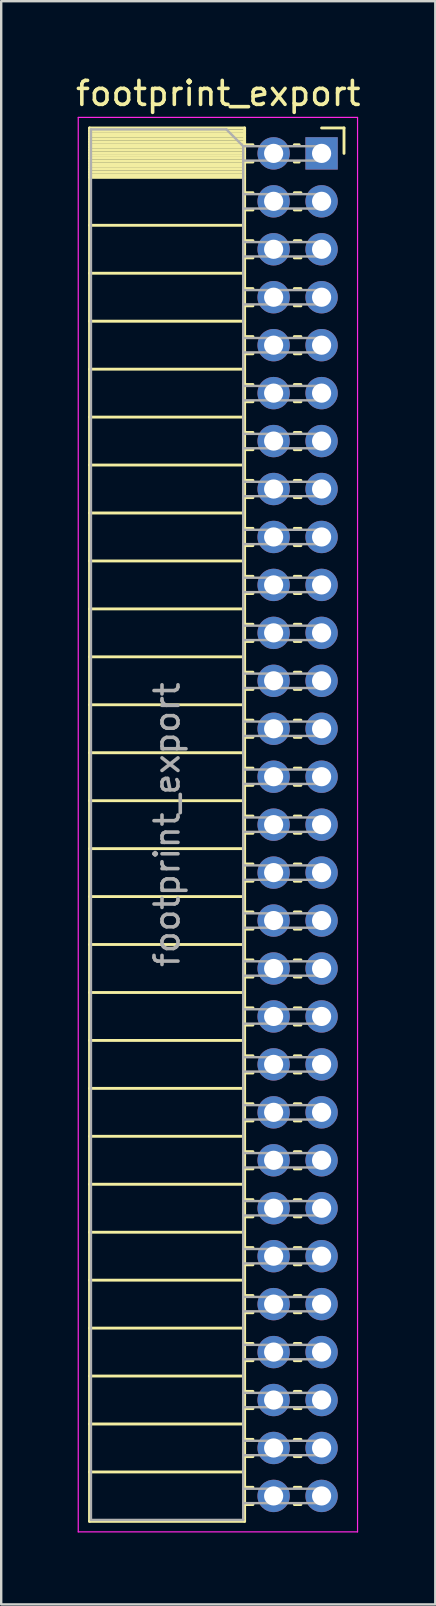
<source format=kicad_pcb>
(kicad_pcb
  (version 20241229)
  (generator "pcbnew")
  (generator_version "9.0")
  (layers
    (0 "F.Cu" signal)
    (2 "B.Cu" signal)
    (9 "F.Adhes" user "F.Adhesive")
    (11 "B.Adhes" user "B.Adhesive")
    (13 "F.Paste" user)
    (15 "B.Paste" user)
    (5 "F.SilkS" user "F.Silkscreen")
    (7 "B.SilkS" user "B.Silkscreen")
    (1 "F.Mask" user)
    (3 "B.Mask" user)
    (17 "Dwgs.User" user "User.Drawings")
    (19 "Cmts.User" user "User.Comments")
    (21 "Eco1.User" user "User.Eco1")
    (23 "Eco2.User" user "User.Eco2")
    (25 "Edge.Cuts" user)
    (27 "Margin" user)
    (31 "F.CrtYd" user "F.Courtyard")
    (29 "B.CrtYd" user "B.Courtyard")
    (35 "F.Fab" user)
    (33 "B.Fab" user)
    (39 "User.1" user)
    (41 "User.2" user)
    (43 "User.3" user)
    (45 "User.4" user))
  (footprint "footprint_export"
    (layer "F.Cu")
    (at 10.364 3.348)
    (property "Reference" "footprint_export" (at -4.31 -2.5 0) (layer "F.SilkS") (effects (font (size 1 1) (thickness 0.15))))
    (attr through_hole)
    (fp_line (start -9.68 -1.06) (end -9.68 57.06) (stroke (width 0.12) (type solid)) (layer "F.SilkS"))
    (fp_line (start -9.68 -1.06) (end -3.21 -1.06) (stroke (width 0.12) (type solid)) (layer "F.SilkS"))
    (fp_line (start -9.68 -0.94) (end -3.21 -0.94) (stroke (width 0.12) (type solid)) (layer "F.SilkS"))
    (fp_line (start -9.68 -0.826) (end -3.21 -0.826) (stroke (width 0.12) (type solid)) (layer "F.SilkS"))
    (fp_line (start -9.68 -0.712) (end -3.21 -0.712) (stroke (width 0.12) (type solid)) (layer "F.SilkS"))
    (fp_line (start -9.68 -0.598) (end -3.21 -0.598) (stroke (width 0.12) (type solid)) (layer "F.SilkS"))
    (fp_line (start -9.68 -0.484) (end -3.21 -0.484) (stroke (width 0.12) (type solid)) (layer "F.SilkS"))
    (fp_line (start -9.68 -0.369) (end -3.21 -0.369) (stroke (width 0.12) (type solid)) (layer "F.SilkS"))
    (fp_line (start -9.68 -0.255) (end -3.21 -0.255) (stroke (width 0.12) (type solid)) (layer "F.SilkS"))
    (fp_line (start -9.68 -0.141) (end -3.21 -0.141) (stroke (width 0.12) (type solid)) (layer "F.SilkS"))
    (fp_line (start -9.68 -0.027) (end -3.21 -0.027) (stroke (width 0.12) (type solid)) (layer "F.SilkS"))
    (fp_line (start -9.68 0.087) (end -3.21 0.087) (stroke (width 0.12) (type solid)) (layer "F.SilkS"))
    (fp_line (start -9.68 0.201) (end -3.21 0.201) (stroke (width 0.12) (type solid)) (layer "F.SilkS"))
    (fp_line (start -9.68 0.315) (end -3.21 0.315) (stroke (width 0.12) (type solid)) (layer "F.SilkS"))
    (fp_line (start -9.68 0.429) (end -3.21 0.429) (stroke (width 0.12) (type solid)) (layer "F.SilkS"))
    (fp_line (start -9.68 0.544) (end -3.21 0.544) (stroke (width 0.12) (type solid)) (layer "F.SilkS"))
    (fp_line (start -9.68 0.658) (end -3.21 0.658) (stroke (width 0.12) (type solid)) (layer "F.SilkS"))
    (fp_line (start -9.68 0.772) (end -3.21 0.772) (stroke (width 0.12) (type solid)) (layer "F.SilkS"))
    (fp_line (start -9.68 0.886) (end -3.21 0.886) (stroke (width 0.12) (type solid)) (layer "F.SilkS"))
    (fp_line (start -9.68 1) (end -3.21 1) (stroke (width 0.12) (type solid)) (layer "F.SilkS"))
    (fp_line (start -9.68 3) (end -3.21 3) (stroke (width 0.12) (type solid)) (layer "F.SilkS"))
    (fp_line (start -9.68 5) (end -3.21 5) (stroke (width 0.12) (type solid)) (layer "F.SilkS"))
    (fp_line (start -9.68 7) (end -3.21 7) (stroke (width 0.12) (type solid)) (layer "F.SilkS"))
    (fp_line (start -9.68 9) (end -3.21 9) (stroke (width 0.12) (type solid)) (layer "F.SilkS"))
    (fp_line (start -9.68 11) (end -3.21 11) (stroke (width 0.12) (type solid)) (layer "F.SilkS"))
    (fp_line (start -9.68 13) (end -3.21 13) (stroke (width 0.12) (type solid)) (layer "F.SilkS"))
    (fp_line (start -9.68 15) (end -3.21 15) (stroke (width 0.12) (type solid)) (layer "F.SilkS"))
    (fp_line (start -9.68 17) (end -3.21 17) (stroke (width 0.12) (type solid)) (layer "F.SilkS"))
    (fp_line (start -9.68 19) (end -3.21 19) (stroke (width 0.12) (type solid)) (layer "F.SilkS"))
    (fp_line (start -9.68 21) (end -3.21 21) (stroke (width 0.12) (type solid)) (layer "F.SilkS"))
    (fp_line (start -9.68 23) (end -3.21 23) (stroke (width 0.12) (type solid)) (layer "F.SilkS"))
    (fp_line (start -9.68 25) (end -3.21 25) (stroke (width 0.12) (type solid)) (layer "F.SilkS"))
    (fp_line (start -9.68 27) (end -3.21 27) (stroke (width 0.12) (type solid)) (layer "F.SilkS"))
    (fp_line (start -9.68 29) (end -3.21 29) (stroke (width 0.12) (type solid)) (layer "F.SilkS"))
    (fp_line (start -9.68 31) (end -3.21 31) (stroke (width 0.12) (type solid)) (layer "F.SilkS"))
    (fp_line (start -9.68 33) (end -3.21 33) (stroke (width 0.12) (type solid)) (layer "F.SilkS"))
    (fp_line (start -9.68 35) (end -3.21 35) (stroke (width 0.12) (type solid)) (layer "F.SilkS"))
    (fp_line (start -9.68 37) (end -3.21 37) (stroke (width 0.12) (type solid)) (layer "F.SilkS"))
    (fp_line (start -9.68 39) (end -3.21 39) (stroke (width 0.12) (type solid)) (layer "F.SilkS"))
    (fp_line (start -9.68 41) (end -3.21 41) (stroke (width 0.12) (type solid)) (layer "F.SilkS"))
    (fp_line (start -9.68 43) (end -3.21 43) (stroke (width 0.12) (type solid)) (layer "F.SilkS"))
    (fp_line (start -9.68 45) (end -3.21 45) (stroke (width 0.12) (type solid)) (layer "F.SilkS"))
    (fp_line (start -9.68 47) (end -3.21 47) (stroke (width 0.12) (type solid)) (layer "F.SilkS"))
    (fp_line (start -9.68 49) (end -3.21 49) (stroke (width 0.12) (type solid)) (layer "F.SilkS"))
    (fp_line (start -9.68 51) (end -3.21 51) (stroke (width 0.12) (type solid)) (layer "F.SilkS"))
    (fp_line (start -9.68 53) (end -3.21 53) (stroke (width 0.12) (type solid)) (layer "F.SilkS"))
    (fp_line (start -9.68 55) (end -3.21 55) (stroke (width 0.12) (type solid)) (layer "F.SilkS"))
    (fp_line (start -9.68 57.06) (end -3.21 57.06) (stroke (width 0.12) (type solid)) (layer "F.SilkS"))
    (fp_line (start -3.21 -1.06) (end -3.21 57.06) (stroke (width 0.12) (type solid)) (layer "F.SilkS"))
    (fp_line (start -3.21 -0.36) (end -2.863 -0.36) (stroke (width 0.12) (type solid)) (layer "F.SilkS"))
    (fp_line (start -3.21 0.36) (end -2.863 0.36) (stroke (width 0.12) (type solid)) (layer "F.SilkS"))
    (fp_line (start -3.21 1.64) (end -2.863 1.64) (stroke (width 0.12) (type solid)) (layer "F.SilkS"))
    (fp_line (start -3.21 2.36) (end -2.863 2.36) (stroke (width 0.12) (type solid)) (layer "F.SilkS"))
    (fp_line (start -3.21 3.64) (end -2.863 3.64) (stroke (width 0.12) (type solid)) (layer "F.SilkS"))
    (fp_line (start -3.21 4.36) (end -2.863 4.36) (stroke (width 0.12) (type solid)) (layer "F.SilkS"))
    (fp_line (start -3.21 5.64) (end -2.863 5.64) (stroke (width 0.12) (type solid)) (layer "F.SilkS"))
    (fp_line (start -3.21 6.36) (end -2.863 6.36) (stroke (width 0.12) (type solid)) (layer "F.SilkS"))
    (fp_line (start -3.21 7.64) (end -2.863 7.64) (stroke (width 0.12) (type solid)) (layer "F.SilkS"))
    (fp_line (start -3.21 8.36) (end -2.863 8.36) (stroke (width 0.12) (type solid)) (layer "F.SilkS"))
    (fp_line (start -3.21 9.64) (end -2.863 9.64) (stroke (width 0.12) (type solid)) (layer "F.SilkS"))
    (fp_line (start -3.21 10.36) (end -2.863 10.36) (stroke (width 0.12) (type solid)) (layer "F.SilkS"))
    (fp_line (start -3.21 11.64) (end -2.863 11.64) (stroke (width 0.12) (type solid)) (layer "F.SilkS"))
    (fp_line (start -3.21 12.36) (end -2.863 12.36) (stroke (width 0.12) (type solid)) (layer "F.SilkS"))
    (fp_line (start -3.21 13.64) (end -2.863 13.64) (stroke (width 0.12) (type solid)) (layer "F.SilkS"))
    (fp_line (start -3.21 14.36) (end -2.863 14.36) (stroke (width 0.12) (type solid)) (layer "F.SilkS"))
    (fp_line (start -3.21 15.64) (end -2.863 15.64) (stroke (width 0.12) (type solid)) (layer "F.SilkS"))
    (fp_line (start -3.21 16.36) (end -2.863 16.36) (stroke (width 0.12) (type solid)) (layer "F.SilkS"))
    (fp_line (start -3.21 17.64) (end -2.863 17.64) (stroke (width 0.12) (type solid)) (layer "F.SilkS"))
    (fp_line (start -3.21 18.36) (end -2.863 18.36) (stroke (width 0.12) (type solid)) (layer "F.SilkS"))
    (fp_line (start -3.21 19.64) (end -2.863 19.64) (stroke (width 0.12) (type solid)) (layer "F.SilkS"))
    (fp_line (start -3.21 20.36) (end -2.863 20.36) (stroke (width 0.12) (type solid)) (layer "F.SilkS"))
    (fp_line (start -3.21 21.64) (end -2.863 21.64) (stroke (width 0.12) (type solid)) (layer "F.SilkS"))
    (fp_line (start -3.21 22.36) (end -2.863 22.36) (stroke (width 0.12) (type solid)) (layer "F.SilkS"))
    (fp_line (start -3.21 23.64) (end -2.863 23.64) (stroke (width 0.12) (type solid)) (layer "F.SilkS"))
    (fp_line (start -3.21 24.36) (end -2.863 24.36) (stroke (width 0.12) (type solid)) (layer "F.SilkS"))
    (fp_line (start -3.21 25.64) (end -2.863 25.64) (stroke (width 0.12) (type solid)) (layer "F.SilkS"))
    (fp_line (start -3.21 26.36) (end -2.863 26.36) (stroke (width 0.12) (type solid)) (layer "F.SilkS"))
    (fp_line (start -3.21 27.64) (end -2.863 27.64) (stroke (width 0.12) (type solid)) (layer "F.SilkS"))
    (fp_line (start -3.21 28.36) (end -2.863 28.36) (stroke (width 0.12) (type solid)) (layer "F.SilkS"))
    (fp_line (start -3.21 29.64) (end -2.863 29.64) (stroke (width 0.12) (type solid)) (layer "F.SilkS"))
    (fp_line (start -3.21 30.36) (end -2.863 30.36) (stroke (width 0.12) (type solid)) (layer "F.SilkS"))
    (fp_line (start -3.21 31.64) (end -2.863 31.64) (stroke (width 0.12) (type solid)) (layer "F.SilkS"))
    (fp_line (start -3.21 32.36) (end -2.863 32.36) (stroke (width 0.12) (type solid)) (layer "F.SilkS"))
    (fp_line (start -3.21 33.64) (end -2.863 33.64) (stroke (width 0.12) (type solid)) (layer "F.SilkS"))
    (fp_line (start -3.21 34.36) (end -2.863 34.36) (stroke (width 0.12) (type solid)) (layer "F.SilkS"))
    (fp_line (start -3.21 35.64) (end -2.863 35.64) (stroke (width 0.12) (type solid)) (layer "F.SilkS"))
    (fp_line (start -3.21 36.36) (end -2.863 36.36) (stroke (width 0.12) (type solid)) (layer "F.SilkS"))
    (fp_line (start -3.21 37.64) (end -2.863 37.64) (stroke (width 0.12) (type solid)) (layer "F.SilkS"))
    (fp_line (start -3.21 38.36) (end -2.863 38.36) (stroke (width 0.12) (type solid)) (layer "F.SilkS"))
    (fp_line (start -3.21 39.64) (end -2.863 39.64) (stroke (width 0.12) (type solid)) (layer "F.SilkS"))
    (fp_line (start -3.21 40.36) (end -2.863 40.36) (stroke (width 0.12) (type solid)) (layer "F.SilkS"))
    (fp_line (start -3.21 41.64) (end -2.863 41.64) (stroke (width 0.12) (type solid)) (layer "F.SilkS"))
    (fp_line (start -3.21 42.36) (end -2.863 42.36) (stroke (width 0.12) (type solid)) (layer "F.SilkS"))
    (fp_line (start -3.21 43.64) (end -2.863 43.64) (stroke (width 0.12) (type solid)) (layer "F.SilkS"))
    (fp_line (start -3.21 44.36) (end -2.863 44.36) (stroke (width 0.12) (type solid)) (layer "F.SilkS"))
    (fp_line (start -3.21 45.64) (end -2.863 45.64) (stroke (width 0.12) (type solid)) (layer "F.SilkS"))
    (fp_line (start -3.21 46.36) (end -2.863 46.36) (stroke (width 0.12) (type solid)) (layer "F.SilkS"))
    (fp_line (start -3.21 47.64) (end -2.863 47.64) (stroke (width 0.12) (type solid)) (layer "F.SilkS"))
    (fp_line (start -3.21 48.36) (end -2.863 48.36) (stroke (width 0.12) (type solid)) (layer "F.SilkS"))
    (fp_line (start -3.21 49.64) (end -2.863 49.64) (stroke (width 0.12) (type solid)) (layer "F.SilkS"))
    (fp_line (start -3.21 50.36) (end -2.863 50.36) (stroke (width 0.12) (type solid)) (layer "F.SilkS"))
    (fp_line (start -3.21 51.64) (end -2.863 51.64) (stroke (width 0.12) (type solid)) (layer "F.SilkS"))
    (fp_line (start -3.21 52.36) (end -2.863 52.36) (stroke (width 0.12) (type solid)) (layer "F.SilkS"))
    (fp_line (start -3.21 53.64) (end -2.863 53.64) (stroke (width 0.12) (type solid)) (layer "F.SilkS"))
    (fp_line (start -3.21 54.36) (end -2.863 54.36) (stroke (width 0.12) (type solid)) (layer "F.SilkS"))
    (fp_line (start -3.21 55.64) (end -2.863 55.64) (stroke (width 0.12) (type solid)) (layer "F.SilkS"))
    (fp_line (start -3.21 56.36) (end -2.863 56.36) (stroke (width 0.12) (type solid)) (layer "F.SilkS"))
    (fp_line (start -1.137 -0.36) (end -0.935 -0.36) (stroke (width 0.12) (type solid)) (layer "F.SilkS"))
    (fp_line (start -1.137 0.36) (end -0.935 0.36) (stroke (width 0.12) (type solid)) (layer "F.SilkS"))
    (fp_line (start -1.137 1.64) (end -0.863 1.64) (stroke (width 0.12) (type solid)) (layer "F.SilkS"))
    (fp_line (start -1.137 2.36) (end -0.863 2.36) (stroke (width 0.12) (type solid)) (layer "F.SilkS"))
    (fp_line (start -1.137 3.64) (end -0.863 3.64) (stroke (width 0.12) (type solid)) (layer "F.SilkS"))
    (fp_line (start -1.137 4.36) (end -0.863 4.36) (stroke (width 0.12) (type solid)) (layer "F.SilkS"))
    (fp_line (start -1.137 5.64) (end -0.863 5.64) (stroke (width 0.12) (type solid)) (layer "F.SilkS"))
    (fp_line (start -1.137 6.36) (end -0.863 6.36) (stroke (width 0.12) (type solid)) (layer "F.SilkS"))
    (fp_line (start -1.137 7.64) (end -0.863 7.64) (stroke (width 0.12) (type solid)) (layer "F.SilkS"))
    (fp_line (start -1.137 8.36) (end -0.863 8.36) (stroke (width 0.12) (type solid)) (layer "F.SilkS"))
    (fp_line (start -1.137 9.64) (end -0.863 9.64) (stroke (width 0.12) (type solid)) (layer "F.SilkS"))
    (fp_line (start -1.137 10.36) (end -0.863 10.36) (stroke (width 0.12) (type solid)) (layer "F.SilkS"))
    (fp_line (start -1.137 11.64) (end -0.863 11.64) (stroke (width 0.12) (type solid)) (layer "F.SilkS"))
    (fp_line (start -1.137 12.36) (end -0.863 12.36) (stroke (width 0.12) (type solid)) (layer "F.SilkS"))
    (fp_line (start -1.137 13.64) (end -0.863 13.64) (stroke (width 0.12) (type solid)) (layer "F.SilkS"))
    (fp_line (start -1.137 14.36) (end -0.863 14.36) (stroke (width 0.12) (type solid)) (layer "F.SilkS"))
    (fp_line (start -1.137 15.64) (end -0.863 15.64) (stroke (width 0.12) (type solid)) (layer "F.SilkS"))
    (fp_line (start -1.137 16.36) (end -0.863 16.36) (stroke (width 0.12) (type solid)) (layer "F.SilkS"))
    (fp_line (start -1.137 17.64) (end -0.863 17.64) (stroke (width 0.12) (type solid)) (layer "F.SilkS"))
    (fp_line (start -1.137 18.36) (end -0.863 18.36) (stroke (width 0.12) (type solid)) (layer "F.SilkS"))
    (fp_line (start -1.137 19.64) (end -0.863 19.64) (stroke (width 0.12) (type solid)) (layer "F.SilkS"))
    (fp_line (start -1.137 20.36) (end -0.863 20.36) (stroke (width 0.12) (type solid)) (layer "F.SilkS"))
    (fp_line (start -1.137 21.64) (end -0.863 21.64) (stroke (width 0.12) (type solid)) (layer "F.SilkS"))
    (fp_line (start -1.137 22.36) (end -0.863 22.36) (stroke (width 0.12) (type solid)) (layer "F.SilkS"))
    (fp_line (start -1.137 23.64) (end -0.863 23.64) (stroke (width 0.12) (type solid)) (layer "F.SilkS"))
    (fp_line (start -1.137 24.36) (end -0.863 24.36) (stroke (width 0.12) (type solid)) (layer "F.SilkS"))
    (fp_line (start -1.137 25.64) (end -0.863 25.64) (stroke (width 0.12) (type solid)) (layer "F.SilkS"))
    (fp_line (start -1.137 26.36) (end -0.863 26.36) (stroke (width 0.12) (type solid)) (layer "F.SilkS"))
    (fp_line (start -1.137 27.64) (end -0.863 27.64) (stroke (width 0.12) (type solid)) (layer "F.SilkS"))
    (fp_line (start -1.137 28.36) (end -0.863 28.36) (stroke (width 0.12) (type solid)) (layer "F.SilkS"))
    (fp_line (start -1.137 29.64) (end -0.863 29.64) (stroke (width 0.12) (type solid)) (layer "F.SilkS"))
    (fp_line (start -1.137 30.36) (end -0.863 30.36) (stroke (width 0.12) (type solid)) (layer "F.SilkS"))
    (fp_line (start -1.137 31.64) (end -0.863 31.64) (stroke (width 0.12) (type solid)) (layer "F.SilkS"))
    (fp_line (start -1.137 32.36) (end -0.863 32.36) (stroke (width 0.12) (type solid)) (layer "F.SilkS"))
    (fp_line (start -1.137 33.64) (end -0.863 33.64) (stroke (width 0.12) (type solid)) (layer "F.SilkS"))
    (fp_line (start -1.137 34.36) (end -0.863 34.36) (stroke (width 0.12) (type solid)) (layer "F.SilkS"))
    (fp_line (start -1.137 35.64) (end -0.863 35.64) (stroke (width 0.12) (type solid)) (layer "F.SilkS"))
    (fp_line (start -1.137 36.36) (end -0.863 36.36) (stroke (width 0.12) (type solid)) (layer "F.SilkS"))
    (fp_line (start -1.137 37.64) (end -0.863 37.64) (stroke (width 0.12) (type solid)) (layer "F.SilkS"))
    (fp_line (start -1.137 38.36) (end -0.863 38.36) (stroke (width 0.12) (type solid)) (layer "F.SilkS"))
    (fp_line (start -1.137 39.64) (end -0.863 39.64) (stroke (width 0.12) (type solid)) (layer "F.SilkS"))
    (fp_line (start -1.137 40.36) (end -0.863 40.36) (stroke (width 0.12) (type solid)) (layer "F.SilkS"))
    (fp_line (start -1.137 41.64) (end -0.863 41.64) (stroke (width 0.12) (type solid)) (layer "F.SilkS"))
    (fp_line (start -1.137 42.36) (end -0.863 42.36) (stroke (width 0.12) (type solid)) (layer "F.SilkS"))
    (fp_line (start -1.137 43.64) (end -0.863 43.64) (stroke (width 0.12) (type solid)) (layer "F.SilkS"))
    (fp_line (start -1.137 44.36) (end -0.863 44.36) (stroke (width 0.12) (type solid)) (layer "F.SilkS"))
    (fp_line (start -1.137 45.64) (end -0.863 45.64) (stroke (width 0.12) (type solid)) (layer "F.SilkS"))
    (fp_line (start -1.137 46.36) (end -0.863 46.36) (stroke (width 0.12) (type solid)) (layer "F.SilkS"))
    (fp_line (start -1.137 47.64) (end -0.863 47.64) (stroke (width 0.12) (type solid)) (layer "F.SilkS"))
    (fp_line (start -1.137 48.36) (end -0.863 48.36) (stroke (width 0.12) (type solid)) (layer "F.SilkS"))
    (fp_line (start -1.137 49.64) (end -0.863 49.64) (stroke (width 0.12) (type solid)) (layer "F.SilkS"))
    (fp_line (start -1.137 50.36) (end -0.863 50.36) (stroke (width 0.12) (type solid)) (layer "F.SilkS"))
    (fp_line (start -1.137 51.64) (end -0.863 51.64) (stroke (width 0.12) (type solid)) (layer "F.SilkS"))
    (fp_line (start -1.137 52.36) (end -0.863 52.36) (stroke (width 0.12) (type solid)) (layer "F.SilkS"))
    (fp_line (start -1.137 53.64) (end -0.863 53.64) (stroke (width 0.12) (type solid)) (layer "F.SilkS"))
    (fp_line (start -1.137 54.36) (end -0.863 54.36) (stroke (width 0.12) (type solid)) (layer "F.SilkS"))
    (fp_line (start -1.137 55.64) (end -0.863 55.64) (stroke (width 0.12) (type solid)) (layer "F.SilkS"))
    (fp_line (start -1.137 56.36) (end -0.863 56.36) (stroke (width 0.12) (type solid)) (layer "F.SilkS"))
    (fp_line (start 0 -1.06) (end 0.935 -1.06) (stroke (width 0.12) (type solid)) (layer "F.SilkS"))
    (fp_line (start 0.935 -1.06) (end 0.935 0) (stroke (width 0.12) (type solid)) (layer "F.SilkS"))
    (fp_line (start -10.15 -1.5) (end -10.15 57.5) (stroke (width 0.05) (type solid)) (layer "F.CrtYd"))
    (fp_line (start -10.15 57.5) (end 1.5 57.5) (stroke (width 0.05) (type solid)) (layer "F.CrtYd"))
    (fp_line (start 1.5 -1.5) (end -10.15 -1.5) (stroke (width 0.05) (type solid)) (layer "F.CrtYd"))
    (fp_line (start 1.5 57.5) (end 1.5 -1.5) (stroke (width 0.05) (type solid)) (layer "F.CrtYd"))
    (fp_line (start -9.62 -1) (end -3.97 -1) (stroke (width 0.1) (type solid)) (layer "F.Fab"))
    (fp_line (start -9.62 57) (end -9.62 -1) (stroke (width 0.1) (type solid)) (layer "F.Fab"))
    (fp_line (start -3.97 -1) (end -3.27 -0.3) (stroke (width 0.1) (type solid)) (layer "F.Fab"))
    (fp_line (start -3.27 -0.3) (end -3.27 57) (stroke (width 0.1) (type solid)) (layer "F.Fab"))
    (fp_line (start -3.27 0.3) (end 0 0.3) (stroke (width 0.1) (type solid)) (layer "F.Fab"))
    (fp_line (start -3.27 2.3) (end 0 2.3) (stroke (width 0.1) (type solid)) (layer "F.Fab"))
    (fp_line (start -3.27 4.3) (end 0 4.3) (stroke (width 0.1) (type solid)) (layer "F.Fab"))
    (fp_line (start -3.27 6.3) (end 0 6.3) (stroke (width 0.1) (type solid)) (layer "F.Fab"))
    (fp_line (start -3.27 8.3) (end 0 8.3) (stroke (width 0.1) (type solid)) (layer "F.Fab"))
    (fp_line (start -3.27 10.3) (end 0 10.3) (stroke (width 0.1) (type solid)) (layer "F.Fab"))
    (fp_line (start -3.27 12.3) (end 0 12.3) (stroke (width 0.1) (type solid)) (layer "F.Fab"))
    (fp_line (start -3.27 14.3) (end 0 14.3) (stroke (width 0.1) (type solid)) (layer "F.Fab"))
    (fp_line (start -3.27 16.3) (end 0 16.3) (stroke (width 0.1) (type solid)) (layer "F.Fab"))
    (fp_line (start -3.27 18.3) (end 0 18.3) (stroke (width 0.1) (type solid)) (layer "F.Fab"))
    (fp_line (start -3.27 20.3) (end 0 20.3) (stroke (width 0.1) (type solid)) (layer "F.Fab"))
    (fp_line (start -3.27 22.3) (end 0 22.3) (stroke (width 0.1) (type solid)) (layer "F.Fab"))
    (fp_line (start -3.27 24.3) (end 0 24.3) (stroke (width 0.1) (type solid)) (layer "F.Fab"))
    (fp_line (start -3.27 26.3) (end 0 26.3) (stroke (width 0.1) (type solid)) (layer "F.Fab"))
    (fp_line (start -3.27 28.3) (end 0 28.3) (stroke (width 0.1) (type solid)) (layer "F.Fab"))
    (fp_line (start -3.27 30.3) (end 0 30.3) (stroke (width 0.1) (type solid)) (layer "F.Fab"))
    (fp_line (start -3.27 32.3) (end 0 32.3) (stroke (width 0.1) (type solid)) (layer "F.Fab"))
    (fp_line (start -3.27 34.3) (end 0 34.3) (stroke (width 0.1) (type solid)) (layer "F.Fab"))
    (fp_line (start -3.27 36.3) (end 0 36.3) (stroke (width 0.1) (type solid)) (layer "F.Fab"))
    (fp_line (start -3.27 38.3) (end 0 38.3) (stroke (width 0.1) (type solid)) (layer "F.Fab"))
    (fp_line (start -3.27 40.3) (end 0 40.3) (stroke (width 0.1) (type solid)) (layer "F.Fab"))
    (fp_line (start -3.27 42.3) (end 0 42.3) (stroke (width 0.1) (type solid)) (layer "F.Fab"))
    (fp_line (start -3.27 44.3) (end 0 44.3) (stroke (width 0.1) (type solid)) (layer "F.Fab"))
    (fp_line (start -3.27 46.3) (end 0 46.3) (stroke (width 0.1) (type solid)) (layer "F.Fab"))
    (fp_line (start -3.27 48.3) (end 0 48.3) (stroke (width 0.1) (type solid)) (layer "F.Fab"))
    (fp_line (start -3.27 50.3) (end 0 50.3) (stroke (width 0.1) (type solid)) (layer "F.Fab"))
    (fp_line (start -3.27 52.3) (end 0 52.3) (stroke (width 0.1) (type solid)) (layer "F.Fab"))
    (fp_line (start -3.27 54.3) (end 0 54.3) (stroke (width 0.1) (type solid)) (layer "F.Fab"))
    (fp_line (start -3.27 56.3) (end 0 56.3) (stroke (width 0.1) (type solid)) (layer "F.Fab"))
    (fp_line (start -3.27 57) (end -9.62 57) (stroke (width 0.1) (type solid)) (layer "F.Fab"))
    (fp_line (start 0 -0.3) (end -3.27 -0.3) (stroke (width 0.1) (type solid)) (layer "F.Fab"))
    (fp_line (start 0 0.3) (end 0 -0.3) (stroke (width 0.1) (type solid)) (layer "F.Fab"))
    (fp_line (start 0 1.7) (end -3.27 1.7) (stroke (width 0.1) (type solid)) (layer "F.Fab"))
    (fp_line (start 0 2.3) (end 0 1.7) (stroke (width 0.1) (type solid)) (layer "F.Fab"))
    (fp_line (start 0 3.7) (end -3.27 3.7) (stroke (width 0.1) (type solid)) (layer "F.Fab"))
    (fp_line (start 0 4.3) (end 0 3.7) (stroke (width 0.1) (type solid)) (layer "F.Fab"))
    (fp_line (start 0 5.7) (end -3.27 5.7) (stroke (width 0.1) (type solid)) (layer "F.Fab"))
    (fp_line (start 0 6.3) (end 0 5.7) (stroke (width 0.1) (type solid)) (layer "F.Fab"))
    (fp_line (start 0 7.7) (end -3.27 7.7) (stroke (width 0.1) (type solid)) (layer "F.Fab"))
    (fp_line (start 0 8.3) (end 0 7.7) (stroke (width 0.1) (type solid)) (layer "F.Fab"))
    (fp_line (start 0 9.7) (end -3.27 9.7) (stroke (width 0.1) (type solid)) (layer "F.Fab"))
    (fp_line (start 0 10.3) (end 0 9.7) (stroke (width 0.1) (type solid)) (layer "F.Fab"))
    (fp_line (start 0 11.7) (end -3.27 11.7) (stroke (width 0.1) (type solid)) (layer "F.Fab"))
    (fp_line (start 0 12.3) (end 0 11.7) (stroke (width 0.1) (type solid)) (layer "F.Fab"))
    (fp_line (start 0 13.7) (end -3.27 13.7) (stroke (width 0.1) (type solid)) (layer "F.Fab"))
    (fp_line (start 0 14.3) (end 0 13.7) (stroke (width 0.1) (type solid)) (layer "F.Fab"))
    (fp_line (start 0 15.7) (end -3.27 15.7) (stroke (width 0.1) (type solid)) (layer "F.Fab"))
    (fp_line (start 0 16.3) (end 0 15.7) (stroke (width 0.1) (type solid)) (layer "F.Fab"))
    (fp_line (start 0 17.7) (end -3.27 17.7) (stroke (width 0.1) (type solid)) (layer "F.Fab"))
    (fp_line (start 0 18.3) (end 0 17.7) (stroke (width 0.1) (type solid)) (layer "F.Fab"))
    (fp_line (start 0 19.7) (end -3.27 19.7) (stroke (width 0.1) (type solid)) (layer "F.Fab"))
    (fp_line (start 0 20.3) (end 0 19.7) (stroke (width 0.1) (type solid)) (layer "F.Fab"))
    (fp_line (start 0 21.7) (end -3.27 21.7) (stroke (width 0.1) (type solid)) (layer "F.Fab"))
    (fp_line (start 0 22.3) (end 0 21.7) (stroke (width 0.1) (type solid)) (layer "F.Fab"))
    (fp_line (start 0 23.7) (end -3.27 23.7) (stroke (width 0.1) (type solid)) (layer "F.Fab"))
    (fp_line (start 0 24.3) (end 0 23.7) (stroke (width 0.1) (type solid)) (layer "F.Fab"))
    (fp_line (start 0 25.7) (end -3.27 25.7) (stroke (width 0.1) (type solid)) (layer "F.Fab"))
    (fp_line (start 0 26.3) (end 0 25.7) (stroke (width 0.1) (type solid)) (layer "F.Fab"))
    (fp_line (start 0 27.7) (end -3.27 27.7) (stroke (width 0.1) (type solid)) (layer "F.Fab"))
    (fp_line (start 0 28.3) (end 0 27.7) (stroke (width 0.1) (type solid)) (layer "F.Fab"))
    (fp_line (start 0 29.7) (end -3.27 29.7) (stroke (width 0.1) (type solid)) (layer "F.Fab"))
    (fp_line (start 0 30.3) (end 0 29.7) (stroke (width 0.1) (type solid)) (layer "F.Fab"))
    (fp_line (start 0 31.7) (end -3.27 31.7) (stroke (width 0.1) (type solid)) (layer "F.Fab"))
    (fp_line (start 0 32.3) (end 0 31.7) (stroke (width 0.1) (type solid)) (layer "F.Fab"))
    (fp_line (start 0 33.7) (end -3.27 33.7) (stroke (width 0.1) (type solid)) (layer "F.Fab"))
    (fp_line (start 0 34.3) (end 0 33.7) (stroke (width 0.1) (type solid)) (layer "F.Fab"))
    (fp_line (start 0 35.7) (end -3.27 35.7) (stroke (width 0.1) (type solid)) (layer "F.Fab"))
    (fp_line (start 0 36.3) (end 0 35.7) (stroke (width 0.1) (type solid)) (layer "F.Fab"))
    (fp_line (start 0 37.7) (end -3.27 37.7) (stroke (width 0.1) (type solid)) (layer "F.Fab"))
    (fp_line (start 0 38.3) (end 0 37.7) (stroke (width 0.1) (type solid)) (layer "F.Fab"))
    (fp_line (start 0 39.7) (end -3.27 39.7) (stroke (width 0.1) (type solid)) (layer "F.Fab"))
    (fp_line (start 0 40.3) (end 0 39.7) (stroke (width 0.1) (type solid)) (layer "F.Fab"))
    (fp_line (start 0 41.7) (end -3.27 41.7) (stroke (width 0.1) (type solid)) (layer "F.Fab"))
    (fp_line (start 0 42.3) (end 0 41.7) (stroke (width 0.1) (type solid)) (layer "F.Fab"))
    (fp_line (start 0 43.7) (end -3.27 43.7) (stroke (width 0.1) (type solid)) (layer "F.Fab"))
    (fp_line (start 0 44.3) (end 0 43.7) (stroke (width 0.1) (type solid)) (layer "F.Fab"))
    (fp_line (start 0 45.7) (end -3.27 45.7) (stroke (width 0.1) (type solid)) (layer "F.Fab"))
    (fp_line (start 0 46.3) (end 0 45.7) (stroke (width 0.1) (type solid)) (layer "F.Fab"))
    (fp_line (start 0 47.7) (end -3.27 47.7) (stroke (width 0.1) (type solid)) (layer "F.Fab"))
    (fp_line (start 0 48.3) (end 0 47.7) (stroke (width 0.1) (type solid)) (layer "F.Fab"))
    (fp_line (start 0 49.7) (end -3.27 49.7) (stroke (width 0.1) (type solid)) (layer "F.Fab"))
    (fp_line (start 0 50.3) (end 0 49.7) (stroke (width 0.1) (type solid)) (layer "F.Fab"))
    (fp_line (start 0 51.7) (end -3.27 51.7) (stroke (width 0.1) (type solid)) (layer "F.Fab"))
    (fp_line (start 0 52.3) (end 0 51.7) (stroke (width 0.1) (type solid)) (layer "F.Fab"))
    (fp_line (start 0 53.7) (end -3.27 53.7) (stroke (width 0.1) (type solid)) (layer "F.Fab"))
    (fp_line (start 0 54.3) (end 0 53.7) (stroke (width 0.1) (type solid)) (layer "F.Fab"))
    (fp_line (start 0 55.7) (end -3.27 55.7) (stroke (width 0.1) (type solid)) (layer "F.Fab"))
    (fp_line (start 0 56.3) (end 0 55.7) (stroke (width 0.1) (type solid)) (layer "F.Fab"))
    (fp_text user "${REFERENCE}" (at -6.445 28 90) (layer "F.Fab") (effects (font (size 1 1) (thickness 0.15))))
    (pad "1" thru_hole rect (at 0 0) (size 1.35 1.35) (drill 0.8) (layers "*.Cu" "*.Mask"))
    (pad "2" thru_hole oval (at -2 0) (size 1.35 1.35) (drill 0.8) (layers "*.Cu" "*.Mask"))
    (pad "3" thru_hole oval (at 0 2) (size 1.35 1.35) (drill 0.8) (layers "*.Cu" "*.Mask"))
    (pad "4" thru_hole oval (at -2 2) (size 1.35 1.35) (drill 0.8) (layers "*.Cu" "*.Mask"))
    (pad "5" thru_hole oval (at 0 4) (size 1.35 1.35) (drill 0.8) (layers "*.Cu" "*.Mask"))
    (pad "6" thru_hole oval (at -2 4) (size 1.35 1.35) (drill 0.8) (layers "*.Cu" "*.Mask"))
    (pad "7" thru_hole oval (at 0 6) (size 1.35 1.35) (drill 0.8) (layers "*.Cu" "*.Mask"))
    (pad "8" thru_hole oval (at -2 6) (size 1.35 1.35) (drill 0.8) (layers "*.Cu" "*.Mask"))
    (pad "9" thru_hole oval (at 0 8) (size 1.35 1.35) (drill 0.8) (layers "*.Cu" "*.Mask"))
    (pad "10" thru_hole oval (at -2 8) (size 1.35 1.35) (drill 0.8) (layers "*.Cu" "*.Mask"))
    (pad "11" thru_hole oval (at 0 10) (size 1.35 1.35) (drill 0.8) (layers "*.Cu" "*.Mask"))
    (pad "12" thru_hole oval (at -2 10) (size 1.35 1.35) (drill 0.8) (layers "*.Cu" "*.Mask"))
    (pad "13" thru_hole oval (at 0 12) (size 1.35 1.35) (drill 0.8) (layers "*.Cu" "*.Mask"))
    (pad "14" thru_hole oval (at -2 12) (size 1.35 1.35) (drill 0.8) (layers "*.Cu" "*.Mask"))
    (pad "15" thru_hole oval (at 0 14) (size 1.35 1.35) (drill 0.8) (layers "*.Cu" "*.Mask"))
    (pad "16" thru_hole oval (at -2 14) (size 1.35 1.35) (drill 0.8) (layers "*.Cu" "*.Mask"))
    (pad "17" thru_hole oval (at 0 16) (size 1.35 1.35) (drill 0.8) (layers "*.Cu" "*.Mask"))
    (pad "18" thru_hole oval (at -2 16) (size 1.35 1.35) (drill 0.8) (layers "*.Cu" "*.Mask"))
    (pad "19" thru_hole oval (at 0 18) (size 1.35 1.35) (drill 0.8) (layers "*.Cu" "*.Mask"))
    (pad "20" thru_hole oval (at -2 18) (size 1.35 1.35) (drill 0.8) (layers "*.Cu" "*.Mask"))
    (pad "21" thru_hole oval (at 0 20) (size 1.35 1.35) (drill 0.8) (layers "*.Cu" "*.Mask"))
    (pad "22" thru_hole oval (at -2 20) (size 1.35 1.35) (drill 0.8) (layers "*.Cu" "*.Mask"))
    (pad "23" thru_hole oval (at 0 22) (size 1.35 1.35) (drill 0.8) (layers "*.Cu" "*.Mask"))
    (pad "24" thru_hole oval (at -2 22) (size 1.35 1.35) (drill 0.8) (layers "*.Cu" "*.Mask"))
    (pad "25" thru_hole oval (at 0 24) (size 1.35 1.35) (drill 0.8) (layers "*.Cu" "*.Mask"))
    (pad "26" thru_hole oval (at -2 24) (size 1.35 1.35) (drill 0.8) (layers "*.Cu" "*.Mask"))
    (pad "27" thru_hole oval (at 0 26) (size 1.35 1.35) (drill 0.8) (layers "*.Cu" "*.Mask"))
    (pad "28" thru_hole oval (at -2 26) (size 1.35 1.35) (drill 0.8) (layers "*.Cu" "*.Mask"))
    (pad "29" thru_hole oval (at 0 28) (size 1.35 1.35) (drill 0.8) (layers "*.Cu" "*.Mask"))
    (pad "30" thru_hole oval (at -2 28) (size 1.35 1.35) (drill 0.8) (layers "*.Cu" "*.Mask"))
    (pad "31" thru_hole oval (at 0 30) (size 1.35 1.35) (drill 0.8) (layers "*.Cu" "*.Mask"))
    (pad "32" thru_hole oval (at -2 30) (size 1.35 1.35) (drill 0.8) (layers "*.Cu" "*.Mask"))
    (pad "33" thru_hole oval (at 0 32) (size 1.35 1.35) (drill 0.8) (layers "*.Cu" "*.Mask"))
    (pad "34" thru_hole oval (at -2 32) (size 1.35 1.35) (drill 0.8) (layers "*.Cu" "*.Mask"))
    (pad "35" thru_hole oval (at 0 34) (size 1.35 1.35) (drill 0.8) (layers "*.Cu" "*.Mask"))
    (pad "36" thru_hole oval (at -2 34) (size 1.35 1.35) (drill 0.8) (layers "*.Cu" "*.Mask"))
    (pad "37" thru_hole oval (at 0 36) (size 1.35 1.35) (drill 0.8) (layers "*.Cu" "*.Mask"))
    (pad "38" thru_hole oval (at -2 36) (size 1.35 1.35) (drill 0.8) (layers "*.Cu" "*.Mask"))
    (pad "39" thru_hole oval (at 0 38) (size 1.35 1.35) (drill 0.8) (layers "*.Cu" "*.Mask"))
    (pad "40" thru_hole oval (at -2 38) (size 1.35 1.35) (drill 0.8) (layers "*.Cu" "*.Mask"))
    (pad "41" thru_hole oval (at 0 40) (size 1.35 1.35) (drill 0.8) (layers "*.Cu" "*.Mask"))
    (pad "42" thru_hole oval (at -2 40) (size 1.35 1.35) (drill 0.8) (layers "*.Cu" "*.Mask"))
    (pad "43" thru_hole oval (at 0 42) (size 1.35 1.35) (drill 0.8) (layers "*.Cu" "*.Mask"))
    (pad "44" thru_hole oval (at -2 42) (size 1.35 1.35) (drill 0.8) (layers "*.Cu" "*.Mask"))
    (pad "45" thru_hole oval (at 0 44) (size 1.35 1.35) (drill 0.8) (layers "*.Cu" "*.Mask"))
    (pad "46" thru_hole oval (at -2 44) (size 1.35 1.35) (drill 0.8) (layers "*.Cu" "*.Mask"))
    (pad "47" thru_hole oval (at 0 46) (size 1.35 1.35) (drill 0.8) (layers "*.Cu" "*.Mask"))
    (pad "48" thru_hole oval (at -2 46) (size 1.35 1.35) (drill 0.8) (layers "*.Cu" "*.Mask"))
    (pad "49" thru_hole oval (at 0 48) (size 1.35 1.35) (drill 0.8) (layers "*.Cu" "*.Mask"))
    (pad "50" thru_hole oval (at -2 48) (size 1.35 1.35) (drill 0.8) (layers "*.Cu" "*.Mask"))
    (pad "51" thru_hole oval (at 0 50) (size 1.35 1.35) (drill 0.8) (layers "*.Cu" "*.Mask"))
    (pad "52" thru_hole oval (at -2 50) (size 1.35 1.35) (drill 0.8) (layers "*.Cu" "*.Mask"))
    (pad "53" thru_hole oval (at 0 52) (size 1.35 1.35) (drill 0.8) (layers "*.Cu" "*.Mask"))
    (pad "54" thru_hole oval (at -2 52) (size 1.35 1.35) (drill 0.8) (layers "*.Cu" "*.Mask"))
    (pad "55" thru_hole oval (at 0 54) (size 1.35 1.35) (drill 0.8) (layers "*.Cu" "*.Mask"))
    (pad "56" thru_hole oval (at -2 54) (size 1.35 1.35) (drill 0.8) (layers "*.Cu" "*.Mask"))
    (pad "57" thru_hole oval (at 0 56) (size 1.35 1.35) (drill 0.8) (layers "*.Cu" "*.Mask"))
    (pad "58" thru_hole oval (at -2 56) (size 1.35 1.35) (drill 0.8) (layers "*.Cu" "*.Mask")))
  (gr_rect
    (start -3 -3)
    (end 15.107 63.873)
    (stroke (width 0.1) (type default))
    (fill no)
    (layer "Edge.Cuts")))
</source>
